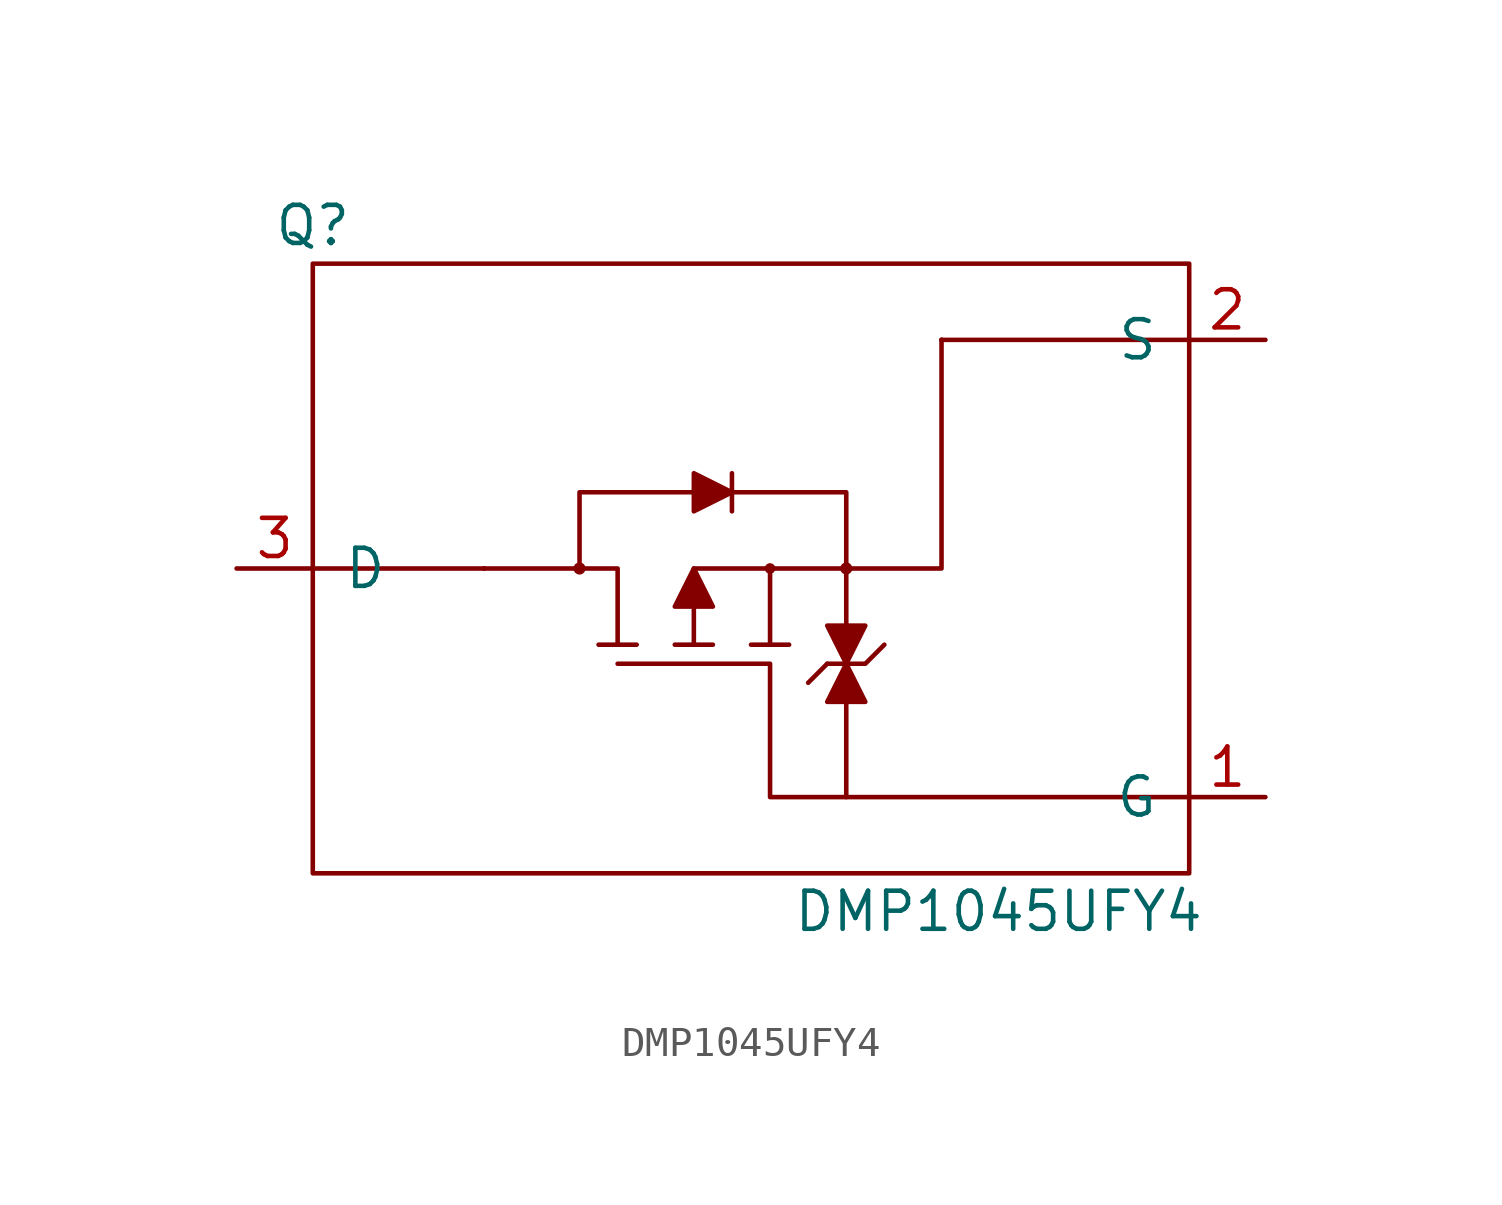
<source format=kicad_sym>
(kicad_symbol_lib
  (version 20220914)
  (generator kicad_symbol_editor)
  (symbol "DMP1045UFY4"
    (pin_names
      (offset 1.016))
    (property "Reference" "Q"
      (at -12.7 11.43 0)
      (effects (font (size 1.27 1.27))))
    (property "Value" "DMP1045UFY4"
      (at 10.16 -11.43 0)
      (effects (font (size 1.27 1.27))))
    (symbol "DMP1045UFY4_0_1"
      (circle (center -3.81 0) (radius 0.127) (stroke (width 0) (type solid)) (fill (type outline)))
      (polyline (pts (xy -6.985 0) (xy -12.7 0)) (stroke (width 0) (type solid)) (fill (type none)))
      (polyline (pts (xy -6.985 0) (xy -6.985 0)) (stroke (width 0) (type solid)) (fill (type none)))
      (polyline (pts (xy -3.175 -2.54) (xy -1.905 -2.54)) (stroke (width 0) (type solid)) (fill (type none)))
      (polyline (pts (xy -0.635 -2.54) (xy 0.635 -2.54)) (stroke (width 0) (type solid)) (fill (type none)))
      (polyline (pts (xy 1.27 3.175) (xy 1.27 1.905)) (stroke (width 0) (type solid)) (fill (type none)))
      (polyline (pts (xy 1.905 -2.54) (xy 3.175 -2.54)) (stroke (width 0) (type solid)) (fill (type none)))
      (polyline (pts (xy 2.54 -2.54) (xy 2.54 0)) (stroke (width 0) (type solid)) (fill (type none)))
      (polyline (pts (xy 4.445 -3.175) (xy 3.81 -3.81)) (stroke (width 0) (type solid)) (fill (type none)))
      (polyline (pts (xy 8.255 7.62) (xy 8.255 7.62)) (stroke (width 0) (type solid)) (fill (type none)))
      (polyline (pts (xy 8.255 7.62) (xy 16.51 7.62)) (stroke (width 0) (type solid)) (fill (type none)))
      (polyline (pts (xy -2.54 -2.54) (xy -2.54 0) (xy -6.985 0)) (stroke (width 0) (type solid)) (fill (type none)))
      (polyline (pts (xy 4.445 -3.175) (xy 5.715 -3.175) (xy 6.35 -2.54)) (stroke (width 0) (type solid)) (fill (type none)))
      (polyline (pts (xy 5.08 0) (xy 8.255 0) (xy 8.255 7.62)) (stroke (width 0) (type solid)) (fill (type none)))
      (polyline (pts (xy -3.81 0) (xy -3.81 2.54) (xy 5.08 2.54) (xy 5.08 0)) (stroke (width 0) (type solid)) (fill (type none)))
      (polyline (pts (xy -2.54 -3.175) (xy 2.54 -3.175) (xy 2.54 -7.62) (xy 16.51 -7.62)) (stroke (width 0) (type solid)) (fill (type none)))
      (polyline (pts (xy 0 -2.54) (xy 0 0) (xy 5.08 0) (xy 5.08 -7.62)) (stroke (width 0) (type solid)) (fill (type none)))
      (polyline (pts (xy 0 0) (xy -0.635 -1.27) (xy 0.635 -1.27) (xy 0 0)) (stroke (width 0) (type solid)) (fill (type outline)))
      (polyline (pts (xy 0 3.175) (xy 0 1.905) (xy 1.27 2.54) (xy 0 3.175)) (stroke (width 0) (type solid)) (fill (type outline)))
      (polyline (pts (xy 5.08 -3.175) (xy 4.445 -4.445) (xy 5.715 -4.445) (xy 5.08 -3.175)) (stroke (width 0) (type solid)) (fill (type outline)))
      (polyline (pts (xy 5.08 -3.175) (xy 4.445 -1.905) (xy 5.715 -1.905) (xy 5.08 -3.175)) (stroke (width 0) (type solid)) (fill (type outline)))
      (circle (center 2.54 0) (radius 0.102) (stroke (width 0) (type solid)) (fill (type outline)))
      (circle (center 5.08 0) (radius 0.127) (stroke (width 0) (type solid)) (fill (type outline)))
      (rectangle (start 16.51 10.16) (end -12.7 -10.16) (stroke (width 0) (type solid)) (fill (type none))))
    (symbol "DMP1045UFY4_1_1"
      (pin bidirectional line (at 19.05 -7.62 180) (length 2.54) (name "G" (effects (font (size 1.27 1.27)))) (number "1" (effects (font (size 1.27 1.27)))))
      (pin bidirectional line (at 19.05 7.62 180) (length 2.54) (name "S" (effects (font (size 1.27 1.27)))) (number "2" (effects (font (size 1.27 1.27)))))
      (pin bidirectional line (at -15.24 0 0) (length 2.54) (name "D" (effects (font (size 1.27 1.27)))) (number "3" (effects (font (size 1.27 1.27))))))))
</source>
